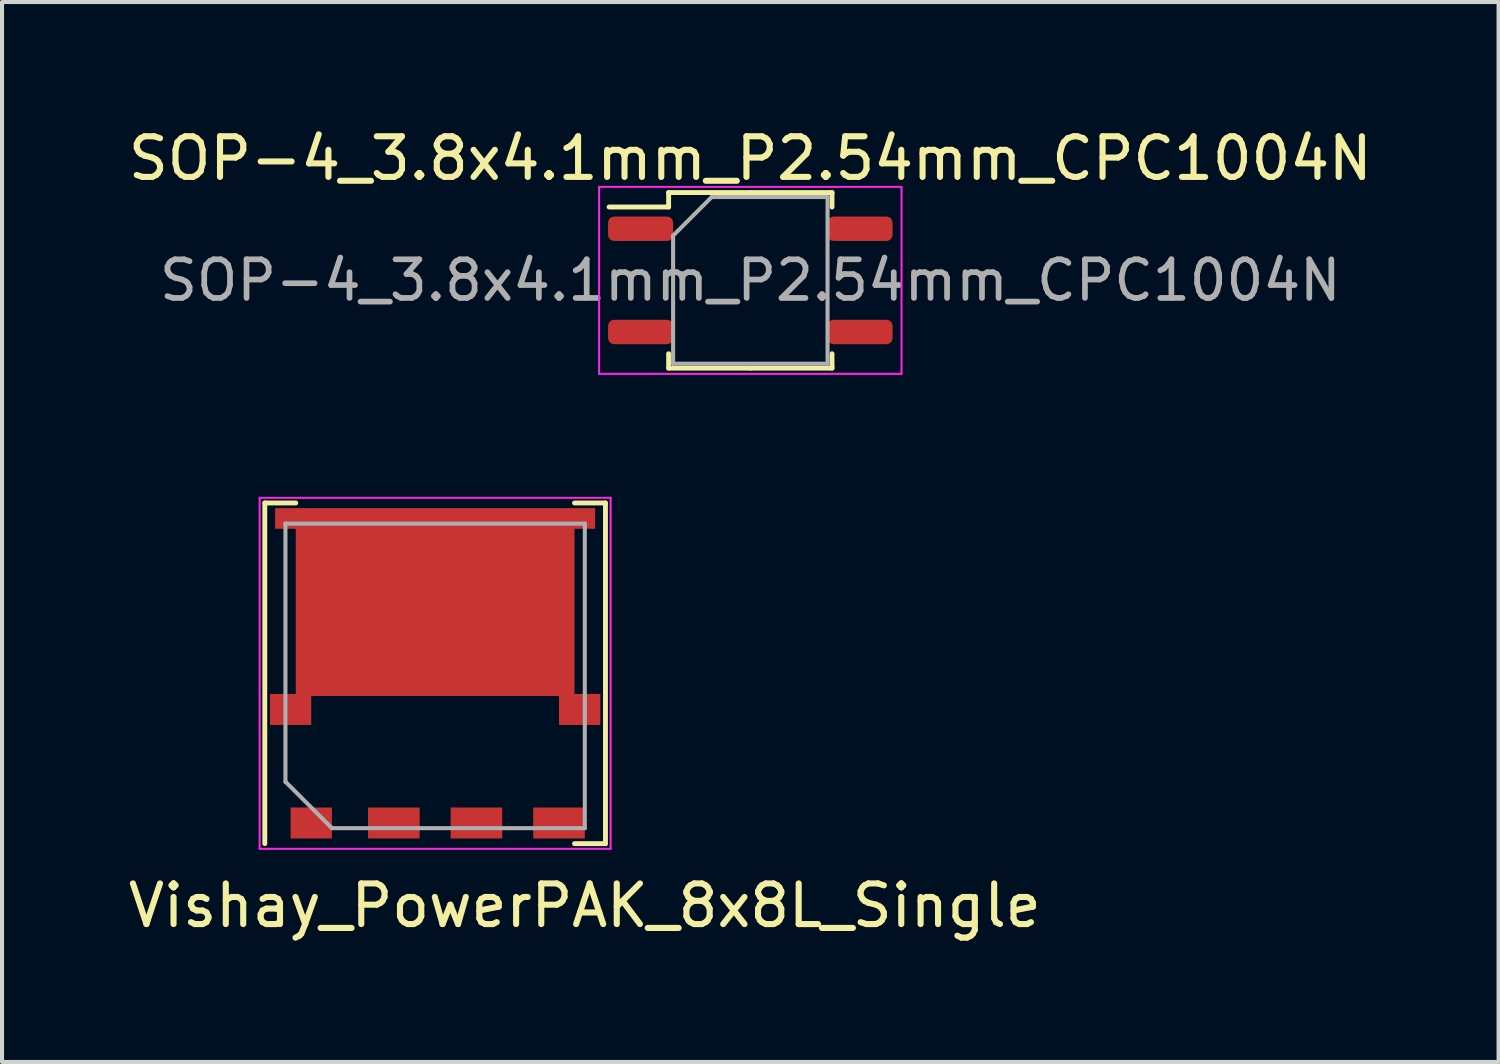
<source format=kicad_pcb>
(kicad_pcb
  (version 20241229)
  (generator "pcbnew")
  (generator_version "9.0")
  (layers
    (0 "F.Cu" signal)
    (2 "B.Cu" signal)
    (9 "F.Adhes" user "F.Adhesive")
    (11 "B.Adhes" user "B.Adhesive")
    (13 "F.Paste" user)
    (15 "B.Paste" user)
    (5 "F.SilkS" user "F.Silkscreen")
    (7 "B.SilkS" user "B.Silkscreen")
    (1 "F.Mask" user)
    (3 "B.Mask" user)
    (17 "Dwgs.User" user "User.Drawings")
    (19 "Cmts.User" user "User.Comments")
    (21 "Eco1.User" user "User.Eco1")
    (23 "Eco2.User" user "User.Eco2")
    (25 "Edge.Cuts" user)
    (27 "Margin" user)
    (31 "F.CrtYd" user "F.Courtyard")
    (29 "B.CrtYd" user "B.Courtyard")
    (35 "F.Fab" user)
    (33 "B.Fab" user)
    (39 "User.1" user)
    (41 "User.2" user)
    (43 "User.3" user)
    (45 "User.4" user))
  (footprint "SOP-4_3.8x4.1mm_P2.54mm_CPC1004N"
    (layer "F.Cu")
    (at 15.411 3.848)
    (property "Reference" "SOP-4_3.8x4.1mm_P2.54mm_CPC1004N" (at 0 -3 0) (layer "F.SilkS") (effects (font (size 1 1) (thickness 0.15))))
    (attr smd)
    (fp_line (start -2.01 -2.16) (end -2.01 -1.805) (stroke (width 0.12) (type solid)) (layer "F.SilkS"))
    (fp_line (start -2.01 -1.805) (end -3.475 -1.805) (stroke (width 0.12) (type solid)) (layer "F.SilkS"))
    (fp_line (start -2.01 2.16) (end -2.01 1.805) (stroke (width 0.12) (type solid)) (layer "F.SilkS"))
    (fp_line (start 0 -2.16) (end -2.01 -2.16) (stroke (width 0.12) (type solid)) (layer "F.SilkS"))
    (fp_line (start 0 -2.16) (end 2.01 -2.16) (stroke (width 0.12) (type solid)) (layer "F.SilkS"))
    (fp_line (start 0 2.16) (end -2.01 2.16) (stroke (width 0.12) (type solid)) (layer "F.SilkS"))
    (fp_line (start 0 2.16) (end 2.01 2.16) (stroke (width 0.12) (type solid)) (layer "F.SilkS"))
    (fp_line (start 2.01 -2.16) (end 2.01 -1.805) (stroke (width 0.12) (type solid)) (layer "F.SilkS"))
    (fp_line (start 2.01 2.16) (end 2.01 1.805) (stroke (width 0.12) (type solid)) (layer "F.SilkS"))
    (fp_line (start -3.72 -2.3) (end -3.72 2.3) (stroke (width 0.05) (type solid)) (layer "F.CrtYd"))
    (fp_line (start -3.72 2.3) (end 3.72 2.3) (stroke (width 0.05) (type solid)) (layer "F.CrtYd"))
    (fp_line (start 3.72 -2.3) (end -3.72 -2.3) (stroke (width 0.05) (type solid)) (layer "F.CrtYd"))
    (fp_line (start 3.72 2.3) (end 3.72 -2.3) (stroke (width 0.05) (type solid)) (layer "F.CrtYd"))
    (fp_line (start -1.9 -1.1) (end -0.95 -2.05) (stroke (width 0.1) (type solid)) (layer "F.Fab"))
    (fp_line (start -1.9 2.05) (end -1.9 -1.1) (stroke (width 0.1) (type solid)) (layer "F.Fab"))
    (fp_line (start -0.95 -2.05) (end 1.9 -2.05) (stroke (width 0.1) (type solid)) (layer "F.Fab"))
    (fp_line (start 1.9 -2.05) (end 1.9 2.05) (stroke (width 0.1) (type solid)) (layer "F.Fab"))
    (fp_line (start 1.9 2.05) (end -1.9 2.05) (stroke (width 0.1) (type solid)) (layer "F.Fab"))
    (fp_text user "${REFERENCE}" (at 0 0 0) (layer "F.Fab") (effects (font (size 0.95 0.95) (thickness 0.14))))
    (pad "1" smd roundrect (at -2.7 -1.27) (size 1.6 0.6) (layers "F.Cu" "F.Mask" "F.Paste") (roundrect_rratio 0.25))
    (pad "2" smd roundrect (at -2.7 1.27) (size 1.6 0.6) (layers "F.Cu" "F.Mask" "F.Paste") (roundrect_rratio 0.25))
    (pad "3" smd roundrect (at 2.7 1.27) (size 1.6 0.6) (layers "F.Cu" "F.Mask" "F.Paste") (roundrect_rratio 0.25))
    (pad "4" smd roundrect (at 2.7 -1.27) (size 1.6 0.6) (layers "F.Cu" "F.Mask" "F.Paste") (roundrect_rratio 0.25)))
  (footprint "Vishay_PowerPAK_8x8L_Single"
    (layer "F.Cu")
    (at 7.656 13.516)
    (property "Reference" "Vishay_PowerPAK_8x8L_Single" (at 3.683 5.715 0) (layer "F.SilkS") (effects (font (size 1 1) (thickness 0.15))))
    (attr through_hole)
    (fp_line (start -4.191 -4.191) (end -3.429 -4.191) (stroke (width 0.12) (type solid)) (layer "F.SilkS"))
    (fp_line (start -4.191 4.191) (end -4.191 -4.191) (stroke (width 0.12) (type solid)) (layer "F.SilkS"))
    (fp_line (start 3.429 -4.191) (end 4.191 -4.191) (stroke (width 0.12) (type solid)) (layer "F.SilkS"))
    (fp_line (start 3.429 4.191) (end 4.191 4.191) (stroke (width 0.12) (type solid)) (layer "F.SilkS"))
    (fp_line (start 4.191 4.191) (end 4.191 -4.191) (stroke (width 0.12) (type solid)) (layer "F.SilkS"))
    (fp_line (start -4.318 -4.318) (end 4.318 -4.318) (stroke (width 0.05) (type solid)) (layer "F.CrtYd"))
    (fp_line (start -4.318 4.318) (end -4.318 -4.318) (stroke (width 0.05) (type solid)) (layer "F.CrtYd"))
    (fp_line (start -4.318 4.318) (end 4.318 4.318) (stroke (width 0.05) (type solid)) (layer "F.CrtYd"))
    (fp_line (start 4.318 4.318) (end 4.318 -4.318) (stroke (width 0.05) (type solid)) (layer "F.CrtYd"))
    (fp_line (start -3.683 -3.683) (end 3.683 -3.683) (stroke (width 0.1) (type solid)) (layer "F.Fab"))
    (fp_line (start -3.683 2.667) (end -3.683 -3.683) (stroke (width 0.1) (type solid)) (layer "F.Fab"))
    (fp_line (start -2.54 3.81) (end -3.683 2.667) (stroke (width 0.1) (type solid)) (layer "F.Fab"))
    (fp_line (start -2.54 3.81) (end 3.683 3.81) (stroke (width 0.1) (type solid)) (layer "F.Fab"))
    (fp_line (start 3.683 3.81) (end 3.683 -3.683) (stroke (width 0.1) (type solid)) (layer "F.Fab"))
    (pad "D" smd rect (at -3.556 0.889) (size 1.016 0.762) (layers "F.Cu" "F.Mask" "F.Paste"))
    (pad "D" smd rect (at 0 -3.81) (size 7.874 0.508) (layers "F.Cu" "F.Mask" "F.Paste"))
    (pad "D" smd rect (at 0 0.051) (size 6.858 4.572) (drill (offset 0 -1.778)) (layers "F.Cu" "F.Mask" "F.Paste"))
    (pad "D" smd rect (at 3.556 0.889) (size 1.016 0.762) (layers "F.Cu" "F.Mask" "F.Paste"))
    (pad "G" smd rect (at -3.048 3.683) (size 1.016 0.762) (layers "F.Cu" "F.Mask" "F.Paste"))
    (pad "S" smd rect (at -1.016 3.683) (size 1.27 0.762) (layers "F.Cu" "F.Mask" "F.Paste"))
    (pad "S" smd rect (at 1.016 3.683) (size 1.27 0.762) (layers "F.Cu" "F.Mask" "F.Paste"))
    (pad "S" smd rect (at 3.048 3.683) (size 1.27 0.762) (layers "F.Cu" "F.Mask" "F.Paste")))
  (gr_rect
    (start -3 -3)
    (end 33.821 23.079)
    (stroke (width 0.1) (type default))
    (fill no)
    (layer "Edge.Cuts")))
</source>
